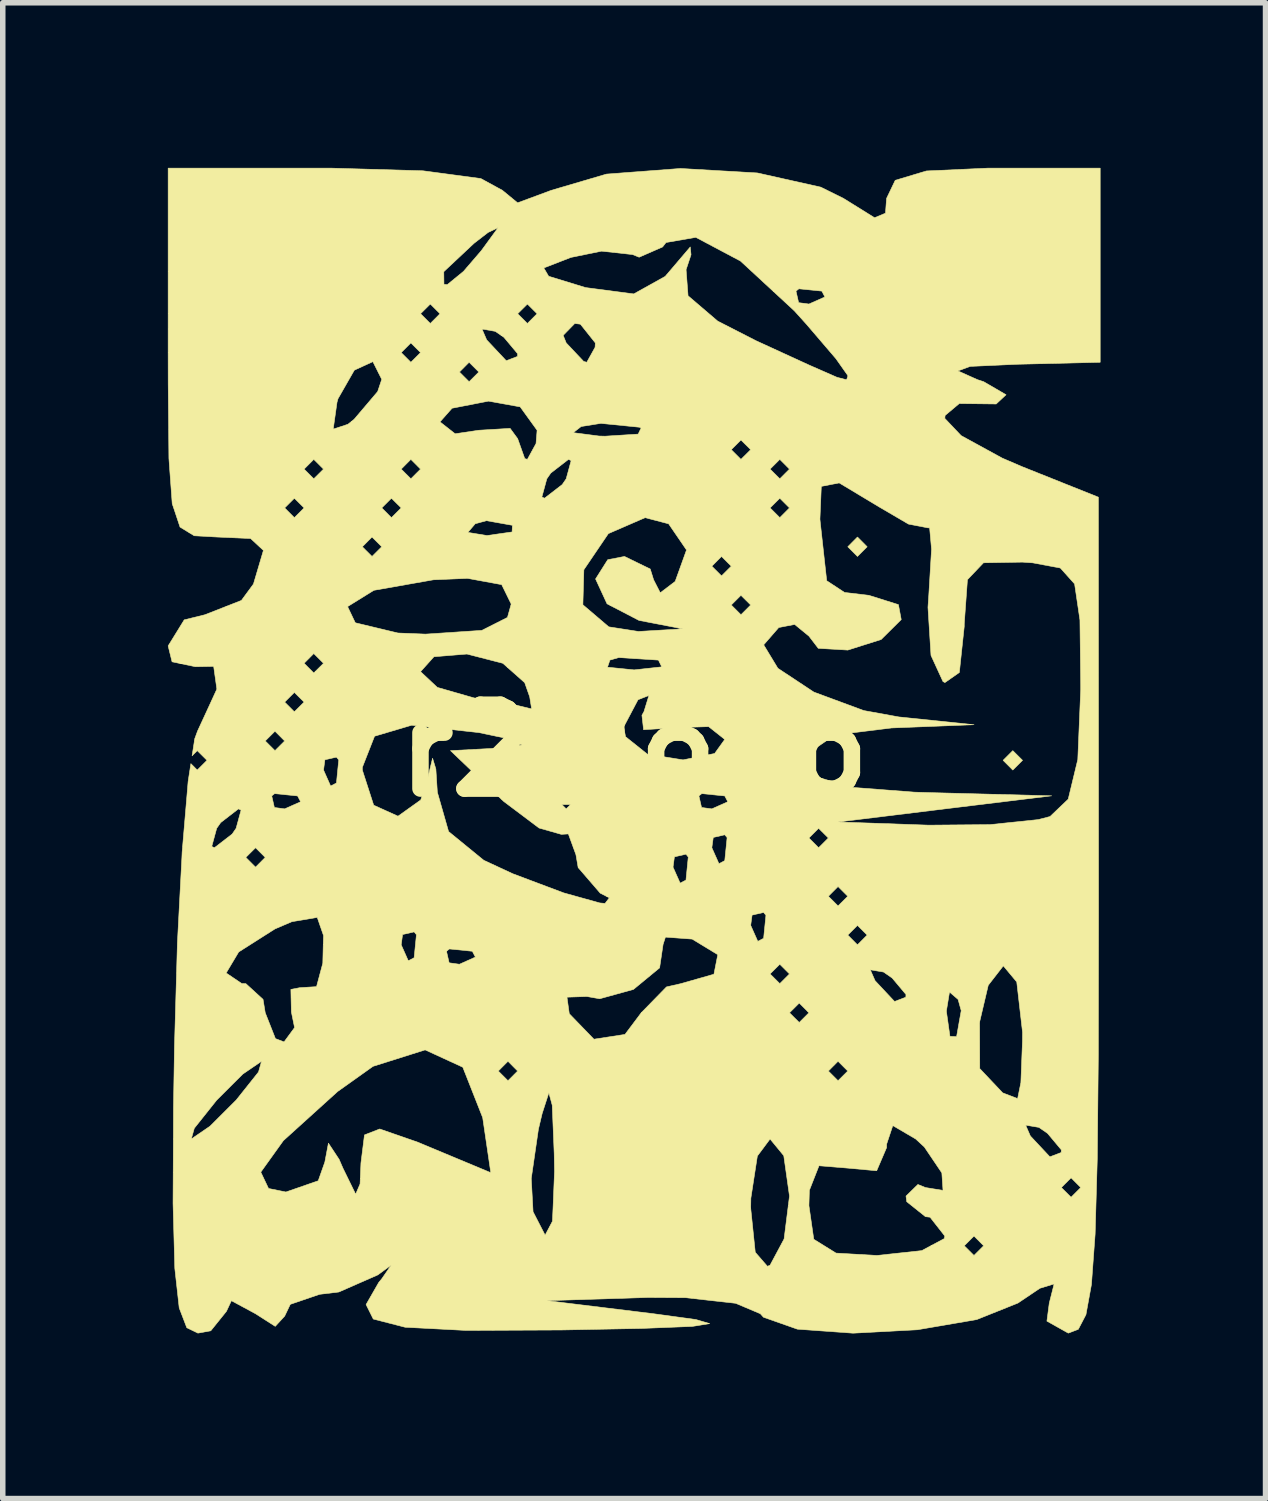
<source format=kicad_pcb>
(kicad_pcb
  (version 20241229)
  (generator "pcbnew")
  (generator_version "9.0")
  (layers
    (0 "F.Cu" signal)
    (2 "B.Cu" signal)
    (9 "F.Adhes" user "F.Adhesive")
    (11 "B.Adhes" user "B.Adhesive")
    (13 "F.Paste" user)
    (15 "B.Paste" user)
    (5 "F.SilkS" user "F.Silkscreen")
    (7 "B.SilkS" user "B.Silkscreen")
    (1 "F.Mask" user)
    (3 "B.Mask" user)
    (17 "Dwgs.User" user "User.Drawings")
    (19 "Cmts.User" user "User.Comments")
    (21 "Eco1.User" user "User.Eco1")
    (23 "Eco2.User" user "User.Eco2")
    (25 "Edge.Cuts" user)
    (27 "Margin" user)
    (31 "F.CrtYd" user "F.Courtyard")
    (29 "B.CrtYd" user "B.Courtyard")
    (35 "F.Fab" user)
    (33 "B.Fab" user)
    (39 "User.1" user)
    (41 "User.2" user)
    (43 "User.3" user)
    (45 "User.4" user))
  (footprint "r2_logo"
    (layer "F.Cu")
    (at 8.472 10.588)
    (property "Reference" "r2_logo" (at 0 0 0) (layer "F.SilkS") (effects (font (size 1.524 1.524) (thickness 0.3))))
    (attr through_hole)
    (fp_poly (pts (xy 4.233 -3.704) (xy 4.057 -3.528) (xy 3.881 -3.704) (xy 4.057 -3.881) (xy 4.233 -3.704)) (stroke (width 0.01) (type solid)) (fill yes) (layer "F.SilkS"))
    (fp_poly (pts (xy 7.056 0.176) (xy 6.879 0.353) (xy 6.703 0.176) (xy 6.879 0) (xy 7.056 0.176)) (stroke (width 0.01) (type solid)) (fill yes) (layer "F.SilkS"))
    (fp_poly (pts (xy -3.838 -10.535) (xy -2.786 -10.394) (xy -2.394 -10.18) (xy -2.118 -9.953) (xy -1.506 -10.18) (xy -0.503 -10.475) (xy 0.842 -10.577) (xy 2.237 -10.496) (xy 3.39 -10.238) (xy 3.802 -10.034) (xy 4.368 -9.682) (xy 4.566 -9.765) (xy 4.586 -10.034) (xy 4.743 -10.362) (xy 5.309 -10.532) (xy 6.425 -10.583) (xy 6.526 -10.583) (xy 8.467 -10.583) (xy 8.467 -7.056) (xy 6.967 -7.02) (xy 6.104 -6.981) (xy 5.882 -6.899) (xy 6.237 -6.74) (xy 6.35 -6.703) (xy 6.757 -6.466) (xy 6.577 -6.298) (xy 5.926 -6.306) (xy 5.909 -6.308) (xy 5.649 -6.09) (xy 5.644 -6.036) (xy 5.941 -5.723) (xy 6.686 -5.315) (xy 7.039 -5.163) (xy 8.434 -4.605) (xy 8.437 2.989) (xy 8.433 5.513) (xy 8.414 7.416) (xy 8.375 8.783) (xy 8.308 9.699) (xy 8.208 10.248) (xy 8.069 10.514) (xy 7.887 10.583) (xy 7.499 10.365) (xy 7.542 10.037) (xy 7.63 9.689) (xy 7.372 9.768) (xy 6.972 10.037) (xy 6.223 10.337) (xy 5.144 10.522) (xy 3.977 10.584) (xy 2.965 10.511) (xy 2.349 10.294) (xy 2.293 10.231) (xy 1.844 10.041) (xy 0.932 9.939) (xy 0.244 9.935) (xy -1.587 9.993) (xy 0.353 10.231) (xy 1.121 10.336) (xy 1.372 10.41) (xy 1.056 10.461) (xy 0.128 10.498) (xy -1.323 10.526) (xy -3.052 10.534) (xy -4.162 10.476) (xy -4.74 10.327) (xy -4.871 10.064) (xy -4.64 9.661) (xy -4.586 9.596) (xy -4.414 9.347) (xy -4.657 9.525) (xy -5.366 9.836) (xy -5.715 9.878) (xy -6.248 10.06) (xy -6.35 10.274) (xy -6.521 10.46) (xy -6.879 10.231) (xy -7.318 9.994) (xy -7.408 10.187) (xy -7.693 10.541) (xy -7.926 10.583) (xy -8.128 10.485) (xy -8.266 10.125) (xy -8.346 9.405) (xy -8.378 8.226) (xy -8.375 7.658) (xy -6.784 7.658) (xy -6.643 7.955) (xy -6.327 8.019) (xy -5.74 7.815) (xy -5.62 7.475) (xy -5.555 7.132) (xy -5.361 7.426) (xy -5.292 7.585) (xy -5.06 8.059) (xy -4.98 7.873) (xy -4.976 7.774) (xy -1.87 7.774) (xy -1.837 8.378) (xy -1.618 8.803) (xy -1.485 8.551) (xy -1.474 8.311) (xy 2.117 8.311) (xy 2.2 9.114) (xy 2.421 9.369) (xy 2.469 9.349) (xy 2.724 8.872) (xy 2.8 8.267) (xy 3.175 8.267) (xy 3.263 8.878) (xy 3.667 9.129) (xy 4.41 9.172) (xy 5.226 9.084) (xy 5.39 8.996) (xy 5.997 8.996) (xy 6.174 9.172) (xy 6.35 8.996) (xy 6.174 8.819) (xy 5.997 8.996) (xy 5.39 8.996) (xy 5.634 8.866) (xy 5.644 8.819) (xy 5.376 8.477) (xy 5.292 8.467) (xy 4.952 8.195) (xy 4.939 8.093) (xy 5.155 7.882) (xy 5.292 7.938) (xy 5.611 7.99) (xy 5.608 7.938) (xy 7.761 7.938) (xy 7.938 8.114) (xy 8.114 7.938) (xy 7.938 7.761) (xy 7.761 7.938) (xy 5.608 7.938) (xy 5.59 7.672) (xy 5.272 7.201) (xy 5.115 7.056) (xy 4.699 6.812) (xy 4.587 7.148) (xy 4.586 7.213) (xy 4.406 7.633) (xy 3.881 7.585) (xy 3.358 7.542) (xy 3.183 7.988) (xy 3.175 8.267) (xy 2.8 8.267) (xy 2.822 8.093) (xy 2.718 7.359) (xy 2.469 7.056) (xy 2.238 7.366) (xy 2.12 8.131) (xy 2.117 8.311) (xy -1.474 8.311) (xy -1.447 7.645) (xy -1.453 7.32) (xy -1.474 6.804) (xy 7.112 6.804) (xy 7.198 7.001) (xy 7.553 7.38) (xy 7.758 7.302) (xy 7.761 7.253) (xy 7.511 6.954) (xy 7.354 6.845) (xy 7.112 6.804) (xy -1.474 6.804) (xy -1.489 6.441) (xy -1.55 6.216) (xy -1.672 6.593) (xy -1.74 6.879) (xy -1.87 7.774) (xy -4.976 7.774) (xy -4.964 7.492) (xy -4.9 6.982) (xy -4.623 6.874) (xy -3.932 7.114) (xy -3.772 7.181) (xy -2.605 7.668) (xy -2.752 6.668) (xy -3.086 5.821) (xy -2.469 5.821) (xy -2.293 5.997) (xy -2.117 5.821) (xy 3.528 5.821) (xy 3.704 5.997) (xy 3.881 5.821) (xy 3.704 5.644) (xy 3.528 5.821) (xy -2.117 5.821) (xy -2.293 5.644) (xy -2.469 5.821) (xy -3.086 5.821) (xy -3.113 5.752) (xy -3.798 5.437) (xy -4.745 5.736) (xy -5.386 6.192) (xy -6.374 7.086) (xy -6.784 7.658) (xy -8.375 7.658) (xy -8.372 7.056) (xy -8.047 7.056) (xy -7.707 6.824) (xy -7.232 6.35) (xy -6.825 5.839) (xy -6.77 5.644) (xy -7.11 5.876) (xy -7.585 6.35) (xy -7.992 6.861) (xy -8.047 7.056) (xy -8.372 7.056) (xy -8.37 6.49) (xy -8.352 5.377) (xy -8.314 4.04) (xy -7.413 4.04) (xy -7.13 4.231) (xy -7.056 4.233) (xy -6.743 4.519) (xy -6.703 4.763) (xy -6.518 5.232) (xy -6.361 5.292) (xy -6.17 5.032) (xy -6.228 4.748) (xy -6.234 4.479) (xy -1.221 4.479) (xy -1.179 4.78) (xy -0.731 5.243) (xy -0.167 5.156) (xy 0.128 4.763) (xy 2.822 4.763) (xy 2.999 4.939) (xy 3.175 4.763) (xy 3.146 4.733) (xy 5.672 4.733) (xy 5.737 5.191) (xy 5.858 5.196) (xy 5.905 4.93) (xy 6.276 4.93) (xy 6.279 5.777) (xy 6.696 6.218) (xy 6.967 6.322) (xy 7.026 6.031) (xy 7.055 5.28) (xy 7.056 5.115) (xy 6.951 4.203) (xy 6.707 3.91) (xy 6.433 4.263) (xy 6.276 4.93) (xy 5.905 4.93) (xy 5.942 4.724) (xy 5.885 4.52) (xy 5.729 4.386) (xy 5.672 4.733) (xy 3.146 4.733) (xy 2.999 4.586) (xy 2.822 4.763) (xy 0.128 4.763) (xy 0.587 4.293) (xy 0.85 4.233) (xy 1.449 4.062) (xy 1.45 4.057) (xy 2.469 4.057) (xy 2.646 4.233) (xy 2.822 4.057) (xy 2.747 3.982) (xy 4.29 3.982) (xy 4.376 4.179) (xy 4.731 4.558) (xy 4.935 4.48) (xy 4.939 4.431) (xy 4.688 4.132) (xy 4.532 4.023) (xy 4.29 3.982) (xy 2.747 3.982) (xy 2.646 3.881) (xy 2.469 4.057) (xy 1.45 4.057) (xy 1.519 3.707) (xy 1.054 3.424) (xy 0.568 3.388) (xy 0.525 3.521) (xy 0.462 3.947) (xy -0.014 4.339) (xy -0.627 4.508) (xy -0.859 4.467) (xy -1.221 4.479) (xy -6.234 4.479) (xy -6.237 4.338) (xy -6.076 4.307) (xy -5.771 4.288) (xy -5.657 3.862) (xy -5.649 3.528) (xy -4.233 3.528) (xy -4.104 3.818) (xy -3.998 3.763) (xy -3.986 3.645) (xy -3.41 3.645) (xy -3.362 3.855) (xy -3.175 3.881) (xy -2.885 3.751) (xy -2.94 3.645) (xy -3.358 3.603) (xy -3.41 3.645) (xy -3.986 3.645) (xy -3.956 3.344) (xy -3.998 3.293) (xy -4.208 3.341) (xy -4.233 3.528) (xy -5.649 3.528) (xy -5.644 3.359) (xy -5.708 3.175) (xy 2.117 3.175) (xy 2.246 3.465) (xy 2.352 3.41) (xy 2.358 3.351) (xy 3.881 3.351) (xy 4.057 3.528) (xy 4.233 3.351) (xy 4.057 3.175) (xy 3.881 3.351) (xy 2.358 3.351) (xy 2.394 2.992) (xy 2.352 2.94) (xy 2.142 2.988) (xy 2.117 3.175) (xy -5.708 3.175) (xy -5.758 3.03) (xy -6.22 3.108) (xy -6.526 3.239) (xy -7.185 3.658) (xy -7.413 4.04) (xy -8.314 4.04) (xy -8.299 3.498) (xy -8.217 1.94) (xy -7.056 1.94) (xy -6.879 2.117) (xy -6.703 1.94) (xy -6.879 1.764) (xy -7.056 1.94) (xy -8.217 1.94) (xy -8.213 1.846) (xy -8.204 1.741) (xy -7.675 1.741) (xy -7.626 1.764) (xy -7.304 1.516) (xy -7.232 1.411) (xy -7.142 1.081) (xy -7.19 1.058) (xy -7.512 1.307) (xy -7.585 1.411) (xy -7.675 1.741) (xy -8.204 1.741) (xy -8.126 0.823) (xy -6.585 0.823) (xy -6.537 1.033) (xy -6.35 1.058) (xy -6.06 0.929) (xy -6.115 0.823) (xy -6.533 0.781) (xy -6.585 0.823) (xy -8.126 0.823) (xy -8.104 0.561) (xy -8.054 0.236) (xy -7.938 0.353) (xy -5.644 0.353) (xy -5.515 0.643) (xy -5.409 0.588) (xy -5.386 0.353) (xy -4.939 0.353) (xy -4.733 0.991) (xy -4.291 1.191) (xy -3.878 0.896) (xy -3.774 0.598) (xy -3.663 0.138) (xy -3.603 0.334) (xy -3.576 0.756) (xy -3.372 1.47) (xy -2.733 1.992) (xy -2.205 2.237) (xy -1.282 2.584) (xy -0.626 2.767) (xy -0.529 2.776) (xy -0.451 2.674) (xy -0.506 2.646) (xy 3.528 2.646) (xy 3.704 2.822) (xy 3.881 2.646) (xy 3.704 2.469) (xy 3.528 2.646) (xy -0.506 2.646) (xy -0.617 2.589) (xy -1.018 2.124) (xy -1.019 2.117) (xy 0.706 2.117) (xy 0.835 2.407) (xy 0.941 2.352) (xy 0.983 1.933) (xy 0.941 1.881) (xy 0.731 1.93) (xy 0.706 2.117) (xy -1.019 2.117) (xy -1.058 1.89) (xy -1.104 1.764) (xy 1.411 1.764) (xy 1.54 2.054) (xy 1.646 1.999) (xy 1.688 1.587) (xy 3.175 1.587) (xy 3.351 1.764) (xy 3.528 1.587) (xy 3.351 1.411) (xy 3.175 1.587) (xy 1.688 1.587) (xy 1.689 1.58) (xy 1.646 1.529) (xy 1.437 1.577) (xy 1.411 1.764) (xy -1.104 1.764) (xy -1.196 1.513) (xy -1.323 1.521) (xy -1.728 1.406) (xy -2.37 0.923) (xy -2.413 0.882) (xy -1.411 0.882) (xy -1.235 1.058) (xy -1.058 0.882) (xy -1.117 0.823) (xy 1.176 0.823) (xy 1.224 1.033) (xy 1.411 1.058) (xy 1.701 0.929) (xy 1.646 0.823) (xy 1.228 0.781) (xy 1.176 0.823) (xy -1.117 0.823) (xy -1.235 0.706) (xy -1.411 0.882) (xy -2.413 0.882) (xy -2.462 0.837) (xy -3.337 0) (xy -2.462 -0.046) (xy -2.038 -0.103) (xy -2.261 -0.21) (xy -2.822 -0.328) (xy -3.768 -0.432) (xy -0.19 -0.432) (xy -0.157 -0.253) (xy 0.239 0.063) (xy 0.888 0.168) (xy 1.462 0.052) (xy 1.646 -0.204) (xy 1.353 -0.436) (xy 0.771 -0.418) (xy 0.171 -0.38) (xy 0.141 -0.643) (xy 0.178 -0.709) (xy 0.268 -1.002) (xy 0.07 -0.925) (xy -0.19 -0.432) (xy -3.768 -0.432) (xy -4.042 -0.462) (xy -4.717 -0.262) (xy -4.938 0.301) (xy -4.939 0.353) (xy -5.386 0.353) (xy -5.367 0.169) (xy -5.409 0.118) (xy -5.619 0.166) (xy -5.644 0.353) (xy -7.938 0.353) (xy -7.761 0.176) (xy -7.938 0) (xy -8.032 0.094) (xy -7.99 -0.176) (xy -6.703 -0.176) (xy -6.526 0) (xy -6.35 -0.176) (xy -6.526 -0.353) (xy -6.703 -0.176) (xy -7.99 -0.176) (xy -7.984 -0.216) (xy -7.933 -0.355) (xy -7.69 -0.882) (xy -6.35 -0.882) (xy -6.174 -0.706) (xy -5.997 -0.882) (xy -6.174 -1.058) (xy -6.35 -0.882) (xy -7.69 -0.882) (xy -7.582 -1.118) (xy -7.64 -1.531) (xy -7.972 -1.525) (xy -8.268 -1.587) (xy -5.997 -1.587) (xy -5.821 -1.411) (xy -5.797 -1.435) (xy -3.881 -1.435) (xy -3.576 -1.149) (xy -2.91 -0.958) (xy -2.179 -0.834) (xy -1.863 -0.758) (xy -1.898 -0.977) (xy -1.989 -1.235) (xy -2.306 -1.516) (xy -0.485 -1.516) (xy 0 -1.467) (xy 0.501 -1.522) (xy 0.441 -1.645) (xy -0.281 -1.691) (xy -0.441 -1.645) (xy -0.485 -1.516) (xy -2.306 -1.516) (xy -2.386 -1.587) (xy -3.038 -1.755) (xy -3.638 -1.706) (xy -3.881 -1.435) (xy -5.797 -1.435) (xy -5.644 -1.587) (xy -5.821 -1.764) (xy -5.997 -1.587) (xy -8.268 -1.587) (xy -8.396 -1.614) (xy -8.467 -1.903) (xy -8.455 -1.922) (xy 2.353 -1.922) (xy 2.611 -1.496) (xy 3.264 -1.064) (xy 4.172 -0.728) (xy 4.811 -0.612) (xy 6.174 -0.471) (xy 4.674 -0.412) (xy 3.643 -0.284) (xy 3.206 0.018) (xy 3.175 0.176) (xy 3.345 0.485) (xy 3.941 0.666) (xy 5.088 0.754) (xy 5.38 0.763) (xy 7.585 0.821) (xy 5.644 1.058) (xy 3.704 1.296) (xy 5.351 1.354) (xy 6.465 1.344) (xy 7.34 1.253) (xy 7.556 1.197) (xy 7.886 0.882) (xy 8.06 0.162) (xy 8.113 -1.107) (xy 8.113 -1.184) (xy 8.099 -2.374) (xy 8.002 -3.029) (xy 7.743 -3.318) (xy 7.242 -3.412) (xy 7.055 -3.425) (xy 6.347 -3.413) (xy 6.055 -3.106) (xy 5.997 -2.303) (xy 5.997 -2.258) (xy 5.908 -1.42) (xy 5.646 -1.237) (xy 5.611 -1.255) (xy 5.393 -1.73) (xy 5.338 -2.604) (xy 5.354 -2.841) (xy 5.403 -3.659) (xy 5.368 -4.047) (xy 5.341 -4.047) (xy 4.984 -4.116) (xy 4.461 -4.422) (xy 3.725 -4.864) (xy 3.4 -4.801) (xy 3.375 -4.205) (xy 3.381 -4.145) (xy 3.463 -3.402) (xy 3.498 -3.087) (xy 3.822 -2.874) (xy 4.263 -2.822) (xy 4.801 -2.653) (xy 4.852 -2.381) (xy 4.487 -2.019) (xy 3.881 -1.827) (xy 3.345 -1.859) (xy 3.175 -2.081) (xy 2.916 -2.293) (xy 2.627 -2.237) (xy 2.353 -1.922) (xy -8.455 -1.922) (xy -8.175 -2.376) (xy -7.799 -2.469) (xy -7.421 -2.617) (xy -5.207 -2.617) (xy -5.067 -2.323) (xy -4.292 -2.137) (xy -3.792 -2.117) (xy -2.767 -2.185) (xy -2.302 -2.42) (xy -2.238 -2.65) (xy -0.932 -2.65) (xy -0.461 -2.249) (xy 0.077 -2.165) (xy 0.882 -2.213) (xy 0.088 -2.366) (xy -0.451 -2.646) (xy 1.764 -2.646) (xy 1.94 -2.469) (xy 2.117 -2.646) (xy 1.94 -2.822) (xy 1.764 -2.646) (xy -0.451 -2.646) (xy -0.493 -2.668) (xy -0.701 -3.119) (xy -0.48 -3.469) (xy -0.176 -3.528) (xy 0.292 -3.3) (xy 0.353 -3.104) (xy 0.474 -2.868) (xy 0.745 -3.074) (xy 0.845 -3.351) (xy 1.411 -3.351) (xy 1.587 -3.175) (xy 1.764 -3.351) (xy 1.587 -3.528) (xy 1.411 -3.351) (xy 0.845 -3.351) (xy 0.951 -3.646) (xy 0.626 -4.121) (xy 0.199 -4.233) (xy -0.469 -3.943) (xy -0.914 -3.287) (xy -0.932 -2.65) (xy -2.238 -2.65) (xy -2.234 -2.663) (xy -2.407 -3.016) (xy -3.027 -3.13) (xy -3.647 -3.104) (xy -4.729 -2.913) (xy -5.207 -2.617) (xy -7.421 -2.617) (xy -7.136 -2.729) (xy -6.917 -3.027) (xy -6.736 -3.638) (xy -6.807 -3.704) (xy -4.939 -3.704) (xy -4.763 -3.528) (xy -4.586 -3.704) (xy -4.763 -3.881) (xy -4.939 -3.704) (xy -6.807 -3.704) (xy -6.969 -3.854) (xy -7.585 -3.881) (xy -7.993 -3.904) (xy -8.093 -3.965) (xy -3.022 -3.965) (xy -2.675 -3.908) (xy -2.218 -3.973) (xy -2.212 -4.094) (xy -2.684 -4.178) (xy -2.888 -4.122) (xy -3.022 -3.965) (xy -8.093 -3.965) (xy -8.251 -4.062) (xy -8.367 -4.41) (xy -6.35 -4.41) (xy -6.174 -4.233) (xy -5.997 -4.41) (xy -4.586 -4.41) (xy -4.41 -4.233) (xy -4.233 -4.41) (xy 2.469 -4.41) (xy 2.646 -4.233) (xy 2.822 -4.41) (xy 2.646 -4.586) (xy 2.469 -4.41) (xy -4.233 -4.41) (xy -4.41 -4.586) (xy -4.586 -4.41) (xy -5.997 -4.41) (xy -6.174 -4.586) (xy -6.35 -4.41) (xy -8.367 -4.41) (xy -8.393 -4.486) (xy -8.402 -4.609) (xy -1.677 -4.609) (xy -1.629 -4.586) (xy -1.307 -4.834) (xy -1.235 -4.939) (xy -1.187 -5.115) (xy 2.469 -5.115) (xy 2.646 -4.939) (xy 2.822 -5.115) (xy 2.646 -5.292) (xy 2.469 -5.115) (xy -1.187 -5.115) (xy -1.145 -5.269) (xy -1.193 -5.292) (xy -1.515 -5.043) (xy -1.587 -4.939) (xy -1.677 -4.609) (xy -8.402 -4.609) (xy -8.439 -5.115) (xy -5.997 -5.115) (xy -5.821 -4.939) (xy -5.644 -5.115) (xy -4.233 -5.115) (xy -4.057 -4.939) (xy -3.881 -5.115) (xy -4.057 -5.292) (xy -4.233 -5.115) (xy -5.644 -5.115) (xy -5.821 -5.292) (xy -5.997 -5.115) (xy -8.439 -5.115) (xy -8.453 -5.31) (xy -8.458 -5.841) (xy -5.468 -5.841) (xy -5.2 -5.93) (xy -5.146 -5.973) (xy -3.528 -5.973) (xy -3.253 -5.757) (xy -2.822 -5.821) (xy -2.254 -5.855) (xy -2.117 -5.668) (xy -1.988 -5.306) (xy -1.94 -5.292) (xy -1.844 -5.468) (xy 1.764 -5.468) (xy 1.94 -5.292) (xy 2.117 -5.468) (xy 1.94 -5.644) (xy 1.764 -5.468) (xy -1.844 -5.468) (xy -1.783 -5.579) (xy -1.767 -5.777) (xy -1.107 -5.777) (xy -0.639 -5.716) (xy -0.529 -5.713) (xy 0.073 -5.751) (xy 0.126 -5.862) (xy 0.095 -5.876) (xy -0.605 -5.946) (xy -0.963 -5.889) (xy -1.107 -5.777) (xy -1.767 -5.777) (xy -1.764 -5.821) (xy -2.071 -6.246) (xy -2.646 -6.35) (xy -3.309 -6.221) (xy -3.528 -5.973) (xy -5.146 -5.973) (xy -5.088 -6.02) (xy -4.66 -6.524) (xy -4.586 -6.746) (xy -4.653 -6.879) (xy -3.175 -6.879) (xy -2.999 -6.703) (xy -2.822 -6.879) (xy -2.999 -7.056) (xy -3.175 -6.879) (xy -4.653 -6.879) (xy -4.747 -7.067) (xy -5.084 -6.913) (xy -5.381 -6.394) (xy -5.399 -6.33) (xy -5.468 -5.841) (xy -8.458 -5.841) (xy -8.466 -6.665) (xy -8.467 -7.232) (xy -4.233 -7.232) (xy -4.057 -7.056) (xy -3.881 -7.232) (xy -4.057 -7.408) (xy -4.233 -7.232) (xy -8.467 -7.232) (xy -8.467 -7.66) (xy -2.765 -7.66) (xy -2.68 -7.463) (xy -2.324 -7.084) (xy -2.12 -7.162) (xy -2.117 -7.211) (xy -2.367 -7.51) (xy -2.418 -7.545) (xy -1.29 -7.545) (xy -1.235 -7.408) (xy -0.918 -7.072) (xy -0.861 -7.056) (xy -0.71 -7.328) (xy -0.706 -7.408) (xy -0.977 -7.748) (xy -1.079 -7.761) (xy -1.29 -7.545) (xy -2.418 -7.545) (xy -2.524 -7.618) (xy -2.765 -7.66) (xy -8.467 -7.66) (xy -8.467 -7.938) (xy -3.881 -7.938) (xy -3.704 -7.761) (xy -3.528 -7.938) (xy -2.117 -7.938) (xy -1.94 -7.761) (xy -1.764 -7.938) (xy -1.94 -8.114) (xy -2.117 -7.938) (xy -3.528 -7.938) (xy -3.704 -8.114) (xy -3.881 -7.938) (xy -8.467 -7.938) (xy -8.467 -8.702) (xy -3.459 -8.702) (xy -3.456 -8.472) (xy -3.395 -8.467) (xy -3.1 -8.708) (xy -3.047 -8.77) (xy -1.642 -8.77) (xy -1.554 -8.619) (xy -0.882 -8.413) (xy -0.007 -8.298) (xy 0.563 -8.616) (xy 0.665 -8.735) (xy 1.019 -9.151) (xy 1.033 -9.01) (xy 0.943 -8.739) (xy 0.979 -8.264) (xy 1.517 -7.804) (xy 2.219 -7.445) (xy 3.192 -6.999) (xy 3.685 -6.783) (xy 3.86 -6.738) (xy 3.881 -6.8) (xy 3.881 -6.816) (xy 3.666 -7.121) (xy 3.131 -7.746) (xy 2.91 -7.991) (xy 2.523 -8.349) (xy 2.94 -8.349) (xy 2.988 -8.139) (xy 3.175 -8.114) (xy 3.465 -8.243) (xy 3.41 -8.349) (xy 2.992 -8.391) (xy 2.94 -8.349) (xy 2.523 -8.349) (xy 1.932 -8.895) (xy 1.12 -9.326) (xy 0.579 -9.232) (xy 0.516 -9.151) (xy 0.09 -8.965) (xy -0.028 -9.013) (xy -0.593 -9.075) (xy -1.15 -8.961) (xy -1.642 -8.77) (xy -3.047 -8.77) (xy -2.777 -9.084) (xy -2.472 -9.502) (xy -2.655 -9.414) (xy -2.91 -9.217) (xy -3.459 -8.702) (xy -8.467 -8.702) (xy -8.467 -10.583) (xy -5.497 -10.583) (xy -3.838 -10.535)) (stroke (width 0.01) (type solid)) (fill yes) (layer "F.SilkS")))
  (gr_rect
    (start -3 -3)
    (end 19.943 24.177)
    (stroke (width 0.1) (type default))
    (fill no)
    (layer "Edge.Cuts")))
</source>
